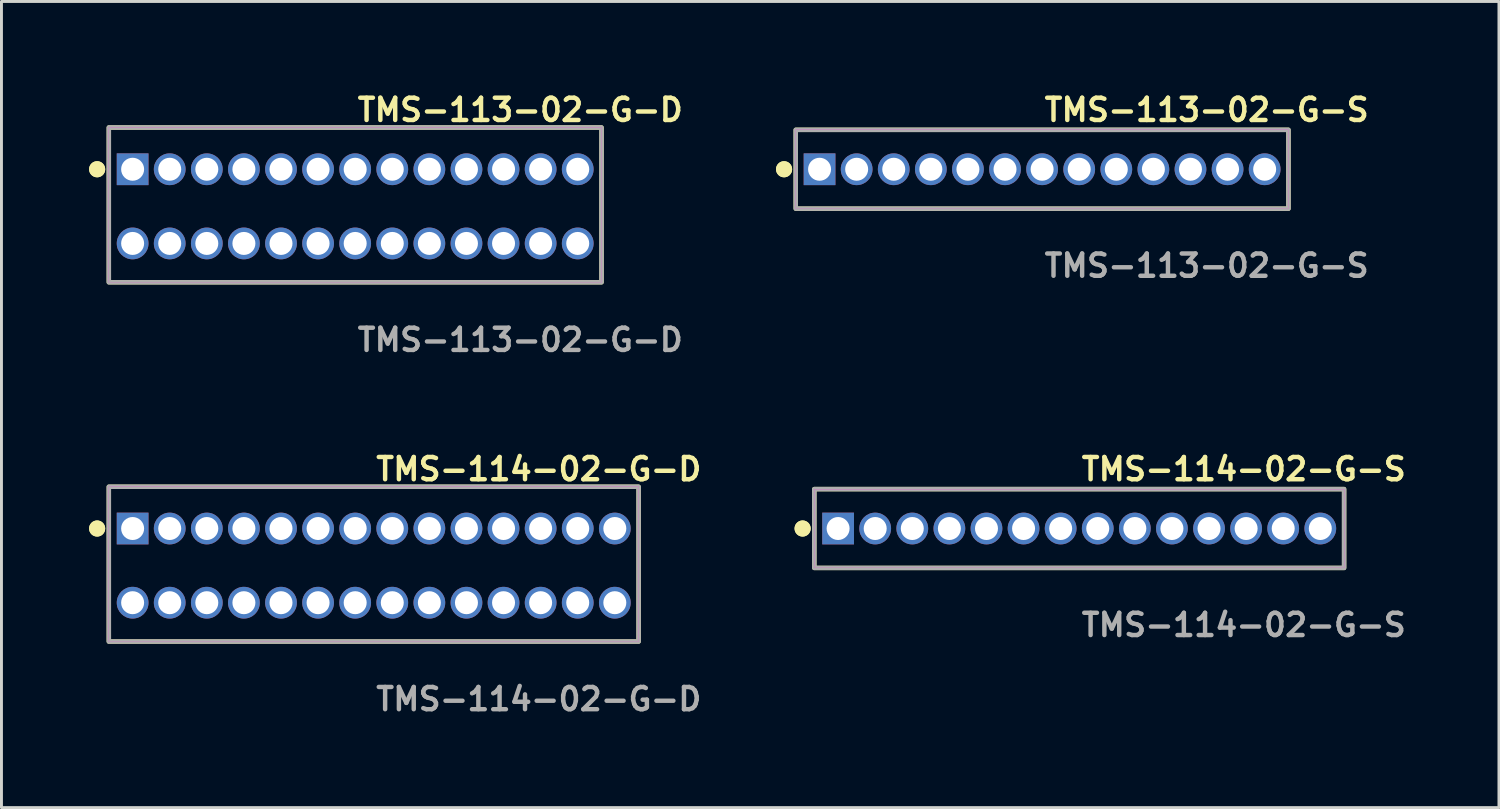
<source format=kicad_pcb>
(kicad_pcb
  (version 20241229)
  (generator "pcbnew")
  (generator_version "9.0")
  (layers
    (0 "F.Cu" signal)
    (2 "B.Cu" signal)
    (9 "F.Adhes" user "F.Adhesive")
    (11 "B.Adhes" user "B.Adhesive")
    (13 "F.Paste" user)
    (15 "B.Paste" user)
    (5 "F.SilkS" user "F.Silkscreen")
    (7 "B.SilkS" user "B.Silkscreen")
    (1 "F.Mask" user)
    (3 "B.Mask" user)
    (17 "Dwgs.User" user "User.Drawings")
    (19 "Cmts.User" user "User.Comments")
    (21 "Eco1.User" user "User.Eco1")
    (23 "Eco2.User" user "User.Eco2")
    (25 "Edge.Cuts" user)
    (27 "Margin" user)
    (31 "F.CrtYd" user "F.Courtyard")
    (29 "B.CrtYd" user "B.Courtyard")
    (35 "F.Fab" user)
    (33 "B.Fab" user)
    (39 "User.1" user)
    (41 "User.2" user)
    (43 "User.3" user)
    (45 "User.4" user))
  (footprint "TMS-113-02-G-S"
    (layer "F.Cu")
    (at 32.631 2.745)
    (property "Reference" "TMS-113-02-G-S" (at 0 -2.032 0) (unlocked yes) (layer "F.SilkS") (effects (font (size 0.762 0.762) (thickness 0.152)) (justify left)))
    (fp_rect (start -8.435 1.35) (end 8.435 -1.35) (stroke (width 0.152) (type solid)) (fill no) (layer "F.SilkS"))
    (fp_circle (center -8.835 0) (end -9.035 0) (stroke (width 0.152) (type solid)) (fill yes) (layer "F.SilkS"))
    (fp_circle (center -8.835 0) (end -9.035 0) (stroke (width 0.152) (type solid)) (fill yes) (layer "F.SilkS"))
    (fp_rect (start -8.435 1.35) (end 8.435 -1.35) (stroke (width 0.006) (type solid)) (fill no) (layer "F.CrtYd"))
    (fp_rect (start -8.435 1.35) (end 8.435 -1.35) (stroke (width 0.152) (type solid)) (fill no) (layer "F.Fab"))
    (fp_text user "${REFERENCE}" (at 0 3.302 0) (unlocked yes) (layer "F.Fab") (effects (font (size 0.762 0.762) (thickness 0.152)) (justify left)))
    (pad "1" thru_hole rect (at -7.62 0) (size 1.087 1.087) (drill 0.787) (layers "*.Cu" "*.Mask"))
    (pad "2" thru_hole circle (at -6.35 0) (size 1.087 1.087) (drill 0.787) (layers "*.Cu" "*.Mask"))
    (pad "3" thru_hole circle (at -5.08 0) (size 1.087 1.087) (drill 0.787) (layers "*.Cu" "*.Mask"))
    (pad "4" thru_hole circle (at -3.81 0) (size 1.087 1.087) (drill 0.787) (layers "*.Cu" "*.Mask"))
    (pad "5" thru_hole circle (at -2.54 0) (size 1.087 1.087) (drill 0.787) (layers "*.Cu" "*.Mask"))
    (pad "6" thru_hole circle (at -1.27 0) (size 1.087 1.087) (drill 0.787) (layers "*.Cu" "*.Mask"))
    (pad "7" thru_hole circle (at 0 0) (size 1.087 1.087) (drill 0.787) (layers "*.Cu" "*.Mask"))
    (pad "8" thru_hole circle (at 1.27 0) (size 1.087 1.087) (drill 0.787) (layers "*.Cu" "*.Mask"))
    (pad "9" thru_hole circle (at 2.54 0) (size 1.087 1.087) (drill 0.787) (layers "*.Cu" "*.Mask"))
    (pad "10" thru_hole circle (at 3.81 0) (size 1.087 1.087) (drill 0.787) (layers "*.Cu" "*.Mask"))
    (pad "11" thru_hole circle (at 5.08 0) (size 1.087 1.087) (drill 0.787) (layers "*.Cu" "*.Mask"))
    (pad "12" thru_hole circle (at 6.35 0) (size 1.087 1.087) (drill 0.787) (layers "*.Cu" "*.Mask"))
    (pad "13" thru_hole circle (at 7.62 0) (size 1.087 1.087) (drill 0.787) (layers "*.Cu" "*.Mask")))
  (footprint "TMS-113-02-G-D"
    (layer "F.Cu")
    (at 9.111 4.015)
    (property "Reference" "TMS-113-02-G-D" (at 0 -3.302 0) (unlocked yes) (layer "F.SilkS") (effects (font (size 0.762 0.762) (thickness 0.152)) (justify left)))
    (fp_rect (start -8.435 2.6) (end 8.435 -2.7) (stroke (width 0.152) (type solid)) (fill no) (layer "F.SilkS"))
    (fp_circle (center -8.835 -1.27) (end -9.035 -1.27) (stroke (width 0.152) (type solid)) (fill yes) (layer "F.SilkS"))
    (fp_circle (center -8.835 -1.27) (end -9.035 -1.27) (stroke (width 0.152) (type solid)) (fill yes) (layer "F.SilkS"))
    (fp_rect (start -8.435 2.6) (end 8.435 -2.7) (stroke (width 0.006) (type solid)) (fill no) (layer "F.CrtYd"))
    (fp_rect (start -8.435 2.6) (end 8.435 -2.7) (stroke (width 0.152) (type solid)) (fill no) (layer "F.Fab"))
    (fp_text user "${REFERENCE}" (at 0 4.572 0) (unlocked yes) (layer "F.Fab") (effects (font (size 0.762 0.762) (thickness 0.152)) (justify left)))
    (pad "1" thru_hole rect (at -7.62 -1.27) (size 1.087 1.087) (drill 0.787) (layers "*.Cu" "*.Mask"))
    (pad "2" thru_hole circle (at -7.62 1.27) (size 1.087 1.087) (drill 0.787) (layers "*.Cu" "*.Mask"))
    (pad "3" thru_hole circle (at -6.35 -1.27) (size 1.087 1.087) (drill 0.787) (layers "*.Cu" "*.Mask"))
    (pad "4" thru_hole circle (at -6.35 1.27) (size 1.087 1.087) (drill 0.787) (layers "*.Cu" "*.Mask"))
    (pad "5" thru_hole circle (at -5.08 -1.27) (size 1.087 1.087) (drill 0.787) (layers "*.Cu" "*.Mask"))
    (pad "6" thru_hole circle (at -5.08 1.27) (size 1.087 1.087) (drill 0.787) (layers "*.Cu" "*.Mask"))
    (pad "7" thru_hole circle (at -3.81 -1.27) (size 1.087 1.087) (drill 0.787) (layers "*.Cu" "*.Mask"))
    (pad "8" thru_hole circle (at -3.81 1.27) (size 1.087 1.087) (drill 0.787) (layers "*.Cu" "*.Mask"))
    (pad "9" thru_hole circle (at -2.54 -1.27) (size 1.087 1.087) (drill 0.787) (layers "*.Cu" "*.Mask"))
    (pad "10" thru_hole circle (at -2.54 1.27) (size 1.087 1.087) (drill 0.787) (layers "*.Cu" "*.Mask"))
    (pad "11" thru_hole circle (at -1.27 -1.27) (size 1.087 1.087) (drill 0.787) (layers "*.Cu" "*.Mask"))
    (pad "12" thru_hole circle (at -1.27 1.27) (size 1.087 1.087) (drill 0.787) (layers "*.Cu" "*.Mask"))
    (pad "13" thru_hole circle (at 0 -1.27) (size 1.087 1.087) (drill 0.787) (layers "*.Cu" "*.Mask"))
    (pad "14" thru_hole circle (at 0 1.27) (size 1.087 1.087) (drill 0.787) (layers "*.Cu" "*.Mask"))
    (pad "15" thru_hole circle (at 1.27 -1.27) (size 1.087 1.087) (drill 0.787) (layers "*.Cu" "*.Mask"))
    (pad "16" thru_hole circle (at 1.27 1.27) (size 1.087 1.087) (drill 0.787) (layers "*.Cu" "*.Mask"))
    (pad "17" thru_hole circle (at 2.54 -1.27) (size 1.087 1.087) (drill 0.787) (layers "*.Cu" "*.Mask"))
    (pad "18" thru_hole circle (at 2.54 1.27) (size 1.087 1.087) (drill 0.787) (layers "*.Cu" "*.Mask"))
    (pad "19" thru_hole circle (at 3.81 -1.27) (size 1.087 1.087) (drill 0.787) (layers "*.Cu" "*.Mask"))
    (pad "20" thru_hole circle (at 3.81 1.27) (size 1.087 1.087) (drill 0.787) (layers "*.Cu" "*.Mask"))
    (pad "21" thru_hole circle (at 5.08 -1.27) (size 1.087 1.087) (drill 0.787) (layers "*.Cu" "*.Mask"))
    (pad "22" thru_hole circle (at 5.08 1.27) (size 1.087 1.087) (drill 0.787) (layers "*.Cu" "*.Mask"))
    (pad "23" thru_hole circle (at 6.35 -1.27) (size 1.087 1.087) (drill 0.787) (layers "*.Cu" "*.Mask"))
    (pad "24" thru_hole circle (at 6.35 1.27) (size 1.087 1.087) (drill 0.787) (layers "*.Cu" "*.Mask"))
    (pad "25" thru_hole circle (at 7.62 -1.27) (size 1.087 1.087) (drill 0.787) (layers "*.Cu" "*.Mask"))
    (pad "26" thru_hole circle (at 7.62 1.27) (size 1.087 1.087) (drill 0.787) (layers "*.Cu" "*.Mask")))
  (footprint "TMS-114-02-G-S"
    (layer "F.Cu")
    (at 33.901 15.046)
    (property "Reference" "TMS-114-02-G-S" (at 0 -2.032 0) (unlocked yes) (layer "F.SilkS") (effects (font (size 0.762 0.762) (thickness 0.152)) (justify left)))
    (fp_rect (start -9.07 1.35) (end 9.07 -1.35) (stroke (width 0.152) (type solid)) (fill no) (layer "F.SilkS"))
    (fp_circle (center -9.47 0) (end -9.67 0) (stroke (width 0.152) (type solid)) (fill yes) (layer "F.SilkS"))
    (fp_circle (center -9.47 0) (end -9.67 0) (stroke (width 0.152) (type solid)) (fill yes) (layer "F.SilkS"))
    (fp_rect (start -9.07 1.35) (end 9.07 -1.35) (stroke (width 0.006) (type solid)) (fill no) (layer "F.CrtYd"))
    (fp_rect (start -9.07 1.35) (end 9.07 -1.35) (stroke (width 0.152) (type solid)) (fill no) (layer "F.Fab"))
    (fp_text user "${REFERENCE}" (at 0 3.302 0) (unlocked yes) (layer "F.Fab") (effects (font (size 0.762 0.762) (thickness 0.152)) (justify left)))
    (pad "1" thru_hole rect (at -8.255 0) (size 1.087 1.087) (drill 0.787) (layers "*.Cu" "*.Mask"))
    (pad "2" thru_hole circle (at -6.985 0) (size 1.087 1.087) (drill 0.787) (layers "*.Cu" "*.Mask"))
    (pad "3" thru_hole circle (at -5.715 0) (size 1.087 1.087) (drill 0.787) (layers "*.Cu" "*.Mask"))
    (pad "4" thru_hole circle (at -4.445 0) (size 1.087 1.087) (drill 0.787) (layers "*.Cu" "*.Mask"))
    (pad "5" thru_hole circle (at -3.175 0) (size 1.087 1.087) (drill 0.787) (layers "*.Cu" "*.Mask"))
    (pad "6" thru_hole circle (at -1.905 0) (size 1.087 1.087) (drill 0.787) (layers "*.Cu" "*.Mask"))
    (pad "7" thru_hole circle (at -0.635 0) (size 1.087 1.087) (drill 0.787) (layers "*.Cu" "*.Mask"))
    (pad "8" thru_hole circle (at 0.635 0) (size 1.087 1.087) (drill 0.787) (layers "*.Cu" "*.Mask"))
    (pad "9" thru_hole circle (at 1.905 0) (size 1.087 1.087) (drill 0.787) (layers "*.Cu" "*.Mask"))
    (pad "10" thru_hole circle (at 3.175 0) (size 1.087 1.087) (drill 0.787) (layers "*.Cu" "*.Mask"))
    (pad "11" thru_hole circle (at 4.445 0) (size 1.087 1.087) (drill 0.787) (layers "*.Cu" "*.Mask"))
    (pad "12" thru_hole circle (at 5.715 0) (size 1.087 1.087) (drill 0.787) (layers "*.Cu" "*.Mask"))
    (pad "13" thru_hole circle (at 6.985 0) (size 1.087 1.087) (drill 0.787) (layers "*.Cu" "*.Mask"))
    (pad "14" thru_hole circle (at 8.255 0) (size 1.087 1.087) (drill 0.787) (layers "*.Cu" "*.Mask")))
  (footprint "TMS-114-02-G-D"
    (layer "F.Cu")
    (at 9.746 16.316)
    (property "Reference" "TMS-114-02-G-D" (at 0 -3.302 0) (unlocked yes) (layer "F.SilkS") (effects (font (size 0.762 0.762) (thickness 0.152)) (justify left)))
    (fp_rect (start -9.07 2.6) (end 9.07 -2.7) (stroke (width 0.152) (type solid)) (fill no) (layer "F.SilkS"))
    (fp_circle (center -9.47 -1.27) (end -9.67 -1.27) (stroke (width 0.152) (type solid)) (fill yes) (layer "F.SilkS"))
    (fp_circle (center -9.47 -1.27) (end -9.67 -1.27) (stroke (width 0.152) (type solid)) (fill yes) (layer "F.SilkS"))
    (fp_rect (start -9.07 2.6) (end 9.07 -2.7) (stroke (width 0.006) (type solid)) (fill no) (layer "F.CrtYd"))
    (fp_rect (start -9.07 2.6) (end 9.07 -2.7) (stroke (width 0.152) (type solid)) (fill no) (layer "F.Fab"))
    (fp_text user "${REFERENCE}" (at 0 4.572 0) (unlocked yes) (layer "F.Fab") (effects (font (size 0.762 0.762) (thickness 0.152)) (justify left)))
    (pad "1" thru_hole rect (at -8.255 -1.27) (size 1.087 1.087) (drill 0.787) (layers "*.Cu" "*.Mask"))
    (pad "2" thru_hole circle (at -8.255 1.27) (size 1.087 1.087) (drill 0.787) (layers "*.Cu" "*.Mask"))
    (pad "3" thru_hole circle (at -6.985 -1.27) (size 1.087 1.087) (drill 0.787) (layers "*.Cu" "*.Mask"))
    (pad "4" thru_hole circle (at -6.985 1.27) (size 1.087 1.087) (drill 0.787) (layers "*.Cu" "*.Mask"))
    (pad "5" thru_hole circle (at -5.715 -1.27) (size 1.087 1.087) (drill 0.787) (layers "*.Cu" "*.Mask"))
    (pad "6" thru_hole circle (at -5.715 1.27) (size 1.087 1.087) (drill 0.787) (layers "*.Cu" "*.Mask"))
    (pad "7" thru_hole circle (at -4.445 -1.27) (size 1.087 1.087) (drill 0.787) (layers "*.Cu" "*.Mask"))
    (pad "8" thru_hole circle (at -4.445 1.27) (size 1.087 1.087) (drill 0.787) (layers "*.Cu" "*.Mask"))
    (pad "9" thru_hole circle (at -3.175 -1.27) (size 1.087 1.087) (drill 0.787) (layers "*.Cu" "*.Mask"))
    (pad "10" thru_hole circle (at -3.175 1.27) (size 1.087 1.087) (drill 0.787) (layers "*.Cu" "*.Mask"))
    (pad "11" thru_hole circle (at -1.905 -1.27) (size 1.087 1.087) (drill 0.787) (layers "*.Cu" "*.Mask"))
    (pad "12" thru_hole circle (at -1.905 1.27) (size 1.087 1.087) (drill 0.787) (layers "*.Cu" "*.Mask"))
    (pad "13" thru_hole circle (at -0.635 -1.27) (size 1.087 1.087) (drill 0.787) (layers "*.Cu" "*.Mask"))
    (pad "14" thru_hole circle (at -0.635 1.27) (size 1.087 1.087) (drill 0.787) (layers "*.Cu" "*.Mask"))
    (pad "15" thru_hole circle (at 0.635 -1.27) (size 1.087 1.087) (drill 0.787) (layers "*.Cu" "*.Mask"))
    (pad "16" thru_hole circle (at 0.635 1.27) (size 1.087 1.087) (drill 0.787) (layers "*.Cu" "*.Mask"))
    (pad "17" thru_hole circle (at 1.905 -1.27) (size 1.087 1.087) (drill 0.787) (layers "*.Cu" "*.Mask"))
    (pad "18" thru_hole circle (at 1.905 1.27) (size 1.087 1.087) (drill 0.787) (layers "*.Cu" "*.Mask"))
    (pad "19" thru_hole circle (at 3.175 -1.27) (size 1.087 1.087) (drill 0.787) (layers "*.Cu" "*.Mask"))
    (pad "20" thru_hole circle (at 3.175 1.27) (size 1.087 1.087) (drill 0.787) (layers "*.Cu" "*.Mask"))
    (pad "21" thru_hole circle (at 4.445 -1.27) (size 1.087 1.087) (drill 0.787) (layers "*.Cu" "*.Mask"))
    (pad "22" thru_hole circle (at 4.445 1.27) (size 1.087 1.087) (drill 0.787) (layers "*.Cu" "*.Mask"))
    (pad "23" thru_hole circle (at 5.715 -1.27) (size 1.087 1.087) (drill 0.787) (layers "*.Cu" "*.Mask"))
    (pad "24" thru_hole circle (at 5.715 1.27) (size 1.087 1.087) (drill 0.787) (layers "*.Cu" "*.Mask"))
    (pad "25" thru_hole circle (at 6.985 -1.27) (size 1.087 1.087) (drill 0.787) (layers "*.Cu" "*.Mask"))
    (pad "26" thru_hole circle (at 6.985 1.27) (size 1.087 1.087) (drill 0.787) (layers "*.Cu" "*.Mask"))
    (pad "27" thru_hole circle (at 8.255 -1.27) (size 1.087 1.087) (drill 0.787) (layers "*.Cu" "*.Mask"))
    (pad "28" thru_hole circle (at 8.255 1.27) (size 1.087 1.087) (drill 0.787) (layers "*.Cu" "*.Mask")))
  (gr_rect
    (start -3 -3)
    (end 48.273 24.601)
    (stroke (width 0.1) (type default))
    (fill no)
    (layer "Edge.Cuts")))
</source>
